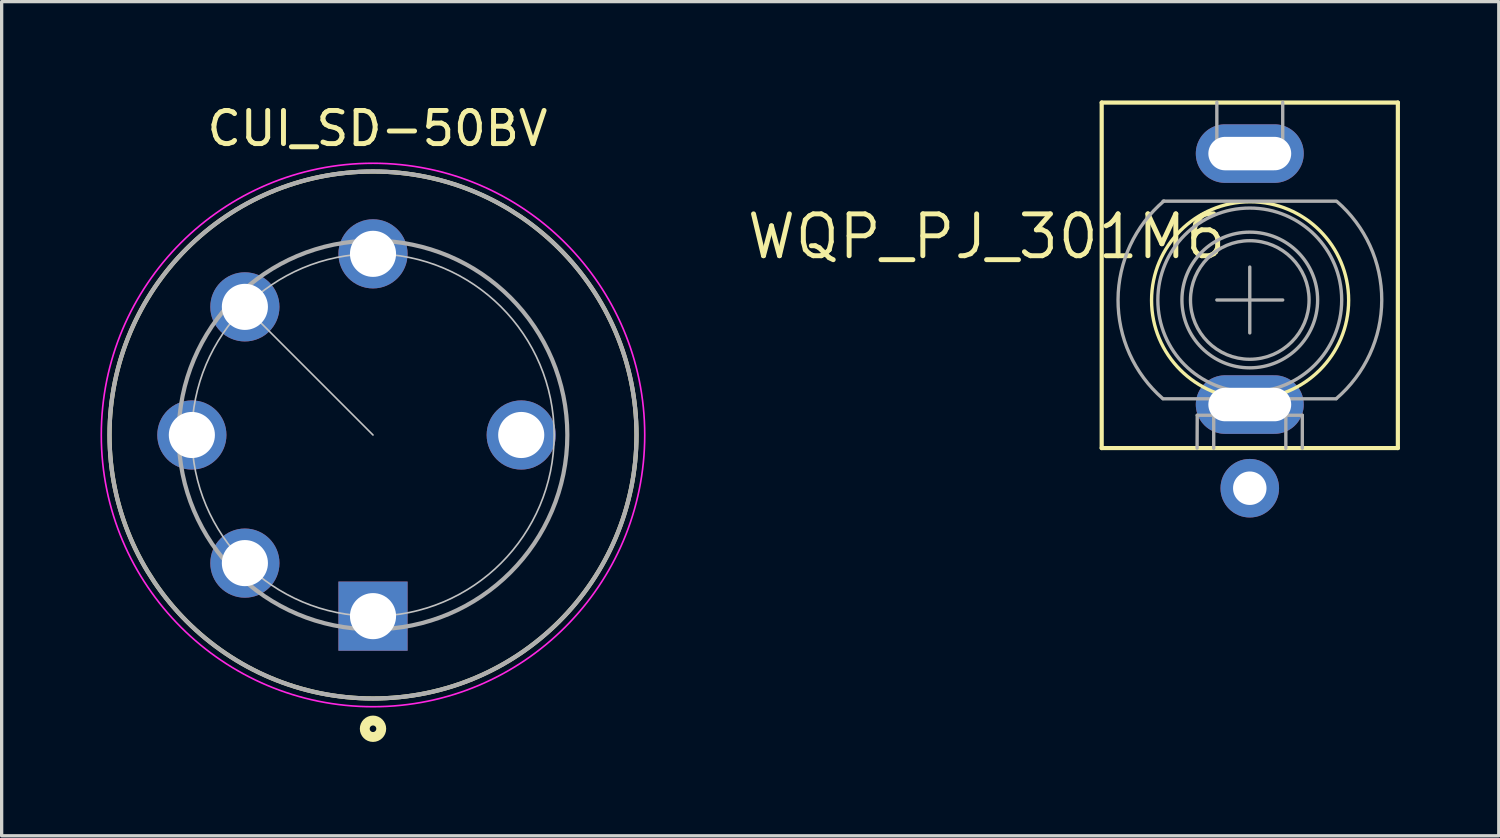
<source format=kicad_pcb>
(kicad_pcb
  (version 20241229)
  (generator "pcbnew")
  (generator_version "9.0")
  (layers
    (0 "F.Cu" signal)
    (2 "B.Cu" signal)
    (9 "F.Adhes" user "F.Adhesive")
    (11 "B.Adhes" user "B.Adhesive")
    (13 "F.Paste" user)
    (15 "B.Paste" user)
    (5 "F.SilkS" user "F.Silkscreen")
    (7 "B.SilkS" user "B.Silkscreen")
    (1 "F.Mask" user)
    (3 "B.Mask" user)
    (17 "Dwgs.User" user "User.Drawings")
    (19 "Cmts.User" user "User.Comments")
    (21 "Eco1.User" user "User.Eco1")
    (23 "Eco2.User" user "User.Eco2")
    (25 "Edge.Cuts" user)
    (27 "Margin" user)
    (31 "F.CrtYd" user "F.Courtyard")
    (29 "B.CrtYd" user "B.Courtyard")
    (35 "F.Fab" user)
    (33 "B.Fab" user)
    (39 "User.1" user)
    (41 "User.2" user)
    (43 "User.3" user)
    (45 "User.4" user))
  (footprint "CUI_SD-50BV"
    (layer "F.Cu")
    (at 8.275 10.157)
    (property "Reference" "CUI_SD-50BV" (at 0.135 -9.305 0) (layer "F.SilkS") (effects (font (size 1.007 1.007) (thickness 0.15))))
    (attr through_hole)
    (fp_circle (center 0 0) (end 8 0) (stroke (width 0.127) (type solid)) (fill no) (layer "F.SilkS"))
    (fp_circle (center 0 8.919) (end 0.1 8.919) (stroke (width 0.3) (type solid)) (fill no) (layer "F.SilkS"))
    (fp_line (start 0 0) (end -3.89 -3.89) (stroke (width 0.05) (type solid)) (layer "Dwgs.User"))
    (fp_circle (center 0 0) (end 5.5 0) (stroke (width 0.05) (type solid)) (fill no) (layer "Dwgs.User"))
    (fp_circle (center 0 0) (end 8.25 0) (stroke (width 0.05) (type solid)) (fill no) (layer "F.CrtYd"))
    (fp_circle (center 0 0) (end 5.9 0) (stroke (width 0.127) (type solid)) (fill no) (layer "F.Fab"))
    (fp_circle (center 0 0) (end 8 0) (stroke (width 0.127) (type solid)) (fill no) (layer "F.Fab"))
    (pad "1" thru_hole rect (at 0 5.5) (size 2.1 2.1) (drill 1.4) (layers "*.Cu" "*.Mask"))
    (pad "2" thru_hole circle (at -5.5 0) (size 2.1 2.1) (drill 1.4) (layers "*.Cu" "*.Mask"))
    (pad "3" thru_hole circle (at 0 -5.5) (size 2.1 2.1) (drill 1.4) (layers "*.Cu" "*.Mask"))
    (pad "4" thru_hole circle (at -3.89 3.89) (size 2.1 2.1) (drill 1.4) (layers "*.Cu" "*.Mask"))
    (pad "5" thru_hole circle (at -3.89 -3.89) (size 2.1 2.1) (drill 1.4) (layers "*.Cu" "*.Mask"))
    (pad "S" thru_hole circle (at 4.5 0) (size 2.1 2.1) (drill 1.4) (layers "*.Cu" "*.Mask")))
  (footprint "WQP_PJ_301M6"
    (layer "F.Cu")
    (at 34.895 6.058)
    (property "Reference" "WQP_PJ_301M6" (at -0.635 -2.667 180) (layer "F.SilkS") (effects (font (size 1.27 1.27) (thickness 0.15)) (justify right top)))
    (attr through_hole)
    (fp_line (start -4.496 -5.994) (end 4.496 -5.994) (stroke (width 0.127) (type solid)) (layer "F.SilkS"))
    (fp_line (start -4.496 4.496) (end -4.496 -5.994) (stroke (width 0.127) (type solid)) (layer "F.SilkS"))
    (fp_line (start 4.496 -5.994) (end 4.496 4.496) (stroke (width 0.127) (type solid)) (layer "F.SilkS"))
    (fp_line (start 4.496 4.496) (end -4.496 4.496) (stroke (width 0.127) (type solid)) (layer "F.SilkS"))
    (fp_circle (center 0.01 0.01) (end 3.002 0.01) (stroke (width 0.102) (type solid)) (fill no) (layer "F.SilkS"))
    (fp_line (start -2.631 -3) (end 2.62 -3) (stroke (width 0.102) (type solid)) (layer "F.Fab"))
    (fp_line (start -2.631 3) (end 2.62 3) (stroke (width 0.102) (type solid)) (layer "F.Fab"))
    (fp_line (start -1.6 4.496) (end -1.595 3.5) (stroke (width 0.102) (type solid)) (layer "F.Fab"))
    (fp_line (start -1.595 3.5) (end -1.095 3.5) (stroke (width 0.102) (type solid)) (layer "F.Fab"))
    (fp_line (start -1.095 3.5) (end -1.095 4.5) (stroke (width 0.102) (type solid)) (layer "F.Fab"))
    (fp_line (start -1.095 3.5) (end -1 3.5) (stroke (width 0.102) (type solid)) (layer "F.Fab"))
    (fp_line (start -1 -4.5) (end -1 -6) (stroke (width 0.102) (type solid)) (layer "F.Fab"))
    (fp_line (start -1 0) (end 1 0) (stroke (width 0.102) (type solid)) (layer "F.Fab"))
    (fp_line (start -1 3.5) (end -1 3) (stroke (width 0.102) (type solid)) (layer "F.Fab"))
    (fp_line (start 0 -1) (end 0 1) (stroke (width 0.102) (type solid)) (layer "F.Fab"))
    (fp_line (start 1 -6) (end 1 -4.5) (stroke (width 0.102) (type solid)) (layer "F.Fab"))
    (fp_line (start 1 -4.5) (end -1 -4.5) (stroke (width 0.102) (type solid)) (layer "F.Fab"))
    (fp_line (start 1 3) (end 1 3.5) (stroke (width 0.102) (type solid)) (layer "F.Fab"))
    (fp_line (start 1 3.5) (end 1.095 3.5) (stroke (width 0.102) (type solid)) (layer "F.Fab"))
    (fp_line (start 1.095 3.5) (end 1.095 4.5) (stroke (width 0.102) (type solid)) (layer "F.Fab"))
    (fp_line (start 1.095 3.5) (end 1.595 3.5) (stroke (width 0.102) (type solid)) (layer "F.Fab"))
    (fp_line (start 1.595 3.5) (end 1.595 4.5) (stroke (width 0.102) (type solid)) (layer "F.Fab"))
    (fp_arc (start -2.641998 2.994) (mid -3.999529 -0.012791) (end -2.608 -3.004) (stroke (width 0.1016) (type solid)) (layer "F.Fab"))
    (fp_arc (start 2.642 -2.994) (mid 4.007235 0.003208) (end 2.628 2.994) (stroke (width 0.1016) (type solid)) (layer "F.Fab"))
    (fp_circle (center 0 0) (end 1.8 0) (stroke (width 0.102) (type solid)) (fill no) (layer "F.Fab"))
    (fp_circle (center 0 0) (end 2.06 0) (stroke (width 0.102) (type solid)) (fill no) (layer "F.Fab"))
    (fp_circle (center 0 0) (end 2.791 0) (stroke (width 0.102) (type solid)) (fill no) (layer "F.Fab"))
    (pad "S" thru_hole circle (at 0 5.715) (size 1.778 1.778) (drill 1.016) (layers "*.Cu" "*.Mask"))
    (pad "T" thru_hole oval (at 0 -4.445) (size 3.278 1.778) (drill oval 2.516 1.016) (layers "*.Cu" "*.Mask"))
    (pad "TN" thru_hole oval (at 0 3.175) (size 3.278 1.778) (drill oval 2.516 1.016) (layers "*.Cu" "*.Mask")))
  (gr_rect
    (start -3 -3)
    (end 42.455 22.326)
    (stroke (width 0.1) (type default))
    (fill no)
    (layer "Edge.Cuts")))
</source>
